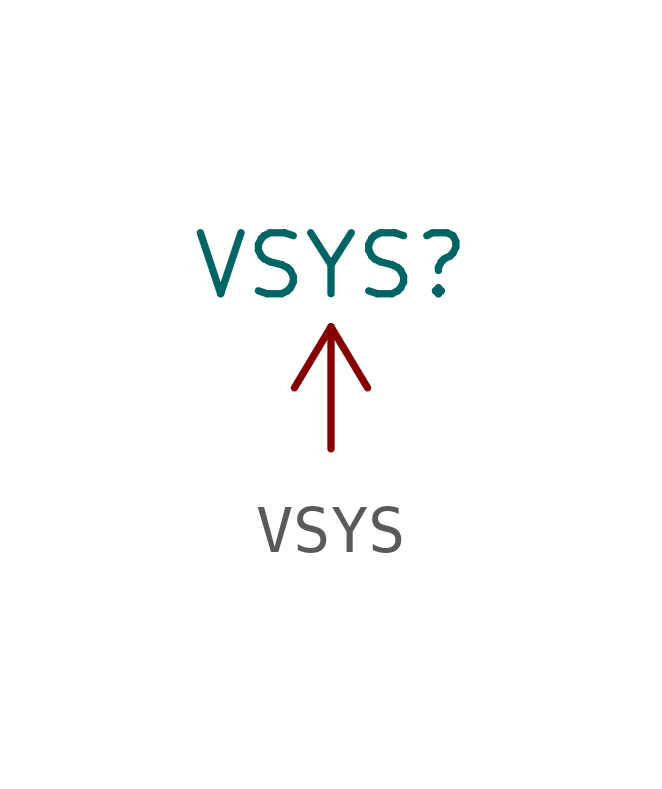
<source format=kicad_sym>
(kicad_symbol_lib
  (version 20220914)
  (generator kicad_symbol_editor)
  (symbol "VSYS"
    (power)
    (property "Reference" "VSYS"
      (at 0 3.81 0)
      (effects (font (size 1.27 1.27))))
    (property "Value" ""
      (at 0 0 0)
      (effects (font (size 1.27 1.27))))
    (symbol "VSYS_0_1"
      (polyline (pts (xy -0.762 1.27) (xy 0 2.54)) (stroke (width 0) (type default)) (fill (type none)))
      (polyline (pts (xy 0 2.54) (xy 0.762 1.27)) (stroke (width 0) (type default)) (fill (type none))))
    (symbol "VSYS_1_1"
      (pin input line (at 0 0 90) (length 2.54) (name "" (effects (font (size 1.27 1.27)))) (number "" (effects (font (size 1.27 1.27))))))))
</source>
